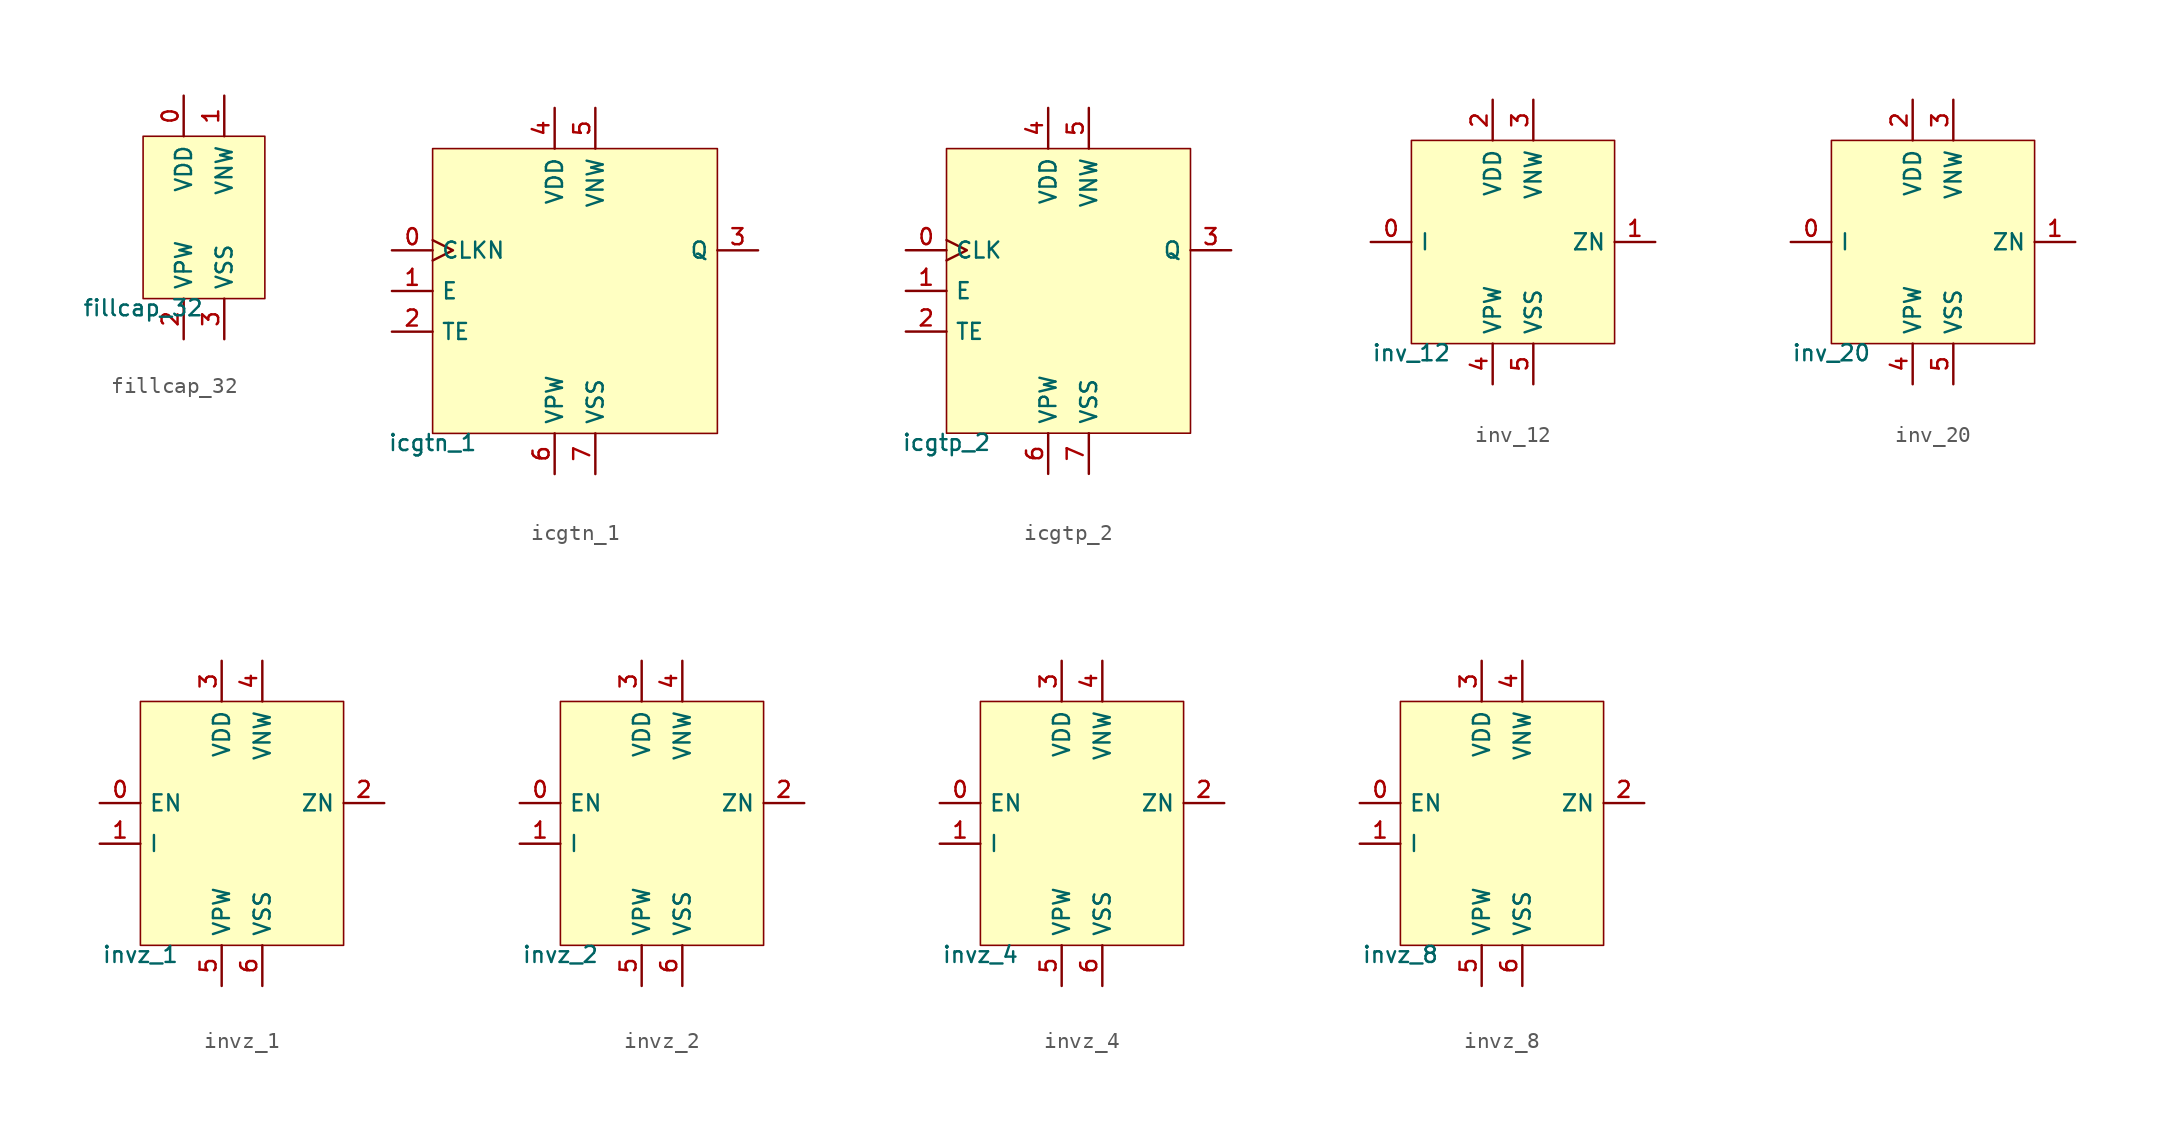
<source format=kicad_sym>
(kicad_symbol_lib
  (version 20211014)
  (generator pdk2kicad)
  (symbol "fillcap_32"
    (property "Reference" "X"
      (at 0 0 0)
      (effects (font (size 1 1)) hide))
    (property "Value" "fillcap_32"
      (at -3.81 -5.08 0)
      (effects (font (size 1 1)) (justify top)))
    (rectangle
      (start -3.81 -5.08)
      (end 3.81 5.08)
      (stroke (width 0.1) (type solid) (color 0 0 0 0))
      (fill (type background)))
    (pin power_in line
      (at -1.27 7.62 270)
      (length 2.54)
      (name "VDD" (effects (font (size 1 1)) hide))
      (number "0" (effects (font (size 1 1)) hide)))
    (pin power_in line
      (at 1.27 7.62 270)
      (length 2.54)
      (name "VNW" (effects (font (size 1 1)) hide))
      (number "1" (effects (font (size 1 1)) hide)))
    (pin power_in line
      (at -1.27 -7.62 90)
      (length 2.54)
      (name "VPW" (effects (font (size 1 1)) hide))
      (number "2" (effects (font (size 1 1)) hide)))
    (pin power_in line
      (at 1.27 -7.62 90)
      (length 2.54)
      (name "VSS" (effects (font (size 1 1)) hide))
      (number "3" (effects (font (size 1 1)) hide))))
  (symbol "icgtn_1"
    (property "Reference" "X"
      (at 0 0 0)
      (effects (font (size 1 1)) hide))
    (property "Value" "icgtn_1"
      (at -8.89 -8.89 0)
      (effects (font (size 1 1)) (justify top)))
    (rectangle
      (start -8.89 -8.89)
      (end 8.89 8.89)
      (stroke (width 0.1) (type solid) (color 0 0 0 0))
      (fill (type background)))
    (pin input clock
      (at -11.43 2.54 0)
      (length 2.54)
      (name "CLKN" (effects (font (size 1 1)) hide))
      (number "0" (effects (font (size 1 1)) hide)))
    (pin input line
      (at -11.43 4.440892098500626e-16 0)
      (length 2.54)
      (name "E" (effects (font (size 1 1)) hide))
      (number "1" (effects (font (size 1 1)) hide)))
    (pin input line
      (at -11.43 -2.54 0)
      (length 2.54)
      (name "TE" (effects (font (size 1 1)) hide))
      (number "2" (effects (font (size 1 1)) hide)))
    (pin output line
      (at 11.43 2.54 180)
      (length 2.54)
      (name "Q" (effects (font (size 1 1)) hide))
      (number "3" (effects (font (size 1 1)) hide)))
    (pin power_in line
      (at -1.27 11.43 270)
      (length 2.54)
      (name "VDD" (effects (font (size 1 1)) hide))
      (number "4" (effects (font (size 1 1)) hide)))
    (pin power_in line
      (at 1.27 11.43 270)
      (length 2.54)
      (name "VNW" (effects (font (size 1 1)) hide))
      (number "5" (effects (font (size 1 1)) hide)))
    (pin power_in line
      (at -1.27 -11.43 90)
      (length 2.54)
      (name "VPW" (effects (font (size 1 1)) hide))
      (number "6" (effects (font (size 1 1)) hide)))
    (pin power_in line
      (at 1.27 -11.43 90)
      (length 2.54)
      (name "VSS" (effects (font (size 1 1)) hide))
      (number "7" (effects (font (size 1 1)) hide))))
  (symbol "icgtp_2"
    (property "Reference" "X"
      (at 0 0 0)
      (effects (font (size 1 1)) hide))
    (property "Value" "icgtp_2"
      (at -7.62 -8.89 0)
      (effects (font (size 1 1)) (justify top)))
    (rectangle
      (start -7.62 -8.89)
      (end 7.62 8.89)
      (stroke (width 0.1) (type solid) (color 0 0 0 0))
      (fill (type background)))
    (pin input clock
      (at -10.16 2.54 0)
      (length 2.54)
      (name "CLK" (effects (font (size 1 1)) hide))
      (number "0" (effects (font (size 1 1)) hide)))
    (pin input line
      (at -10.16 4.440892098500626e-16 0)
      (length 2.54)
      (name "E" (effects (font (size 1 1)) hide))
      (number "1" (effects (font (size 1 1)) hide)))
    (pin input line
      (at -10.16 -2.54 0)
      (length 2.54)
      (name "TE" (effects (font (size 1 1)) hide))
      (number "2" (effects (font (size 1 1)) hide)))
    (pin output line
      (at 10.16 2.54 180)
      (length 2.54)
      (name "Q" (effects (font (size 1 1)) hide))
      (number "3" (effects (font (size 1 1)) hide)))
    (pin power_in line
      (at -1.27 11.43 270)
      (length 2.54)
      (name "VDD" (effects (font (size 1 1)) hide))
      (number "4" (effects (font (size 1 1)) hide)))
    (pin power_in line
      (at 1.27 11.43 270)
      (length 2.54)
      (name "VNW" (effects (font (size 1 1)) hide))
      (number "5" (effects (font (size 1 1)) hide)))
    (pin power_in line
      (at -1.27 -11.43 90)
      (length 2.54)
      (name "VPW" (effects (font (size 1 1)) hide))
      (number "6" (effects (font (size 1 1)) hide)))
    (pin power_in line
      (at 1.27 -11.43 90)
      (length 2.54)
      (name "VSS" (effects (font (size 1 1)) hide))
      (number "7" (effects (font (size 1 1)) hide))))
  (symbol "inv_12"
    (property "Reference" "X"
      (at 0 0 0)
      (effects (font (size 1 1)) hide))
    (property "Value" "inv_12"
      (at -6.35 -6.35 0)
      (effects (font (size 1 1)) (justify top)))
    (rectangle
      (start -6.35 -6.35)
      (end 6.35 6.35)
      (stroke (width 0.1) (type solid) (color 0 0 0 0))
      (fill (type background)))
    (pin input line
      (at -8.89 -4.440892098500626e-16 0)
      (length 2.54)
      (name "I" (effects (font (size 1 1)) hide))
      (number "0" (effects (font (size 1 1)) hide)))
    (pin output line
      (at 8.89 -4.440892098500626e-16 180)
      (length 2.54)
      (name "ZN" (effects (font (size 1 1)) hide))
      (number "1" (effects (font (size 1 1)) hide)))
    (pin power_in line
      (at -1.27 8.89 270)
      (length 2.54)
      (name "VDD" (effects (font (size 1 1)) hide))
      (number "2" (effects (font (size 1 1)) hide)))
    (pin power_in line
      (at 1.27 8.89 270)
      (length 2.54)
      (name "VNW" (effects (font (size 1 1)) hide))
      (number "3" (effects (font (size 1 1)) hide)))
    (pin power_in line
      (at -1.27 -8.89 90)
      (length 2.54)
      (name "VPW" (effects (font (size 1 1)) hide))
      (number "4" (effects (font (size 1 1)) hide)))
    (pin power_in line
      (at 1.27 -8.89 90)
      (length 2.54)
      (name "VSS" (effects (font (size 1 1)) hide))
      (number "5" (effects (font (size 1 1)) hide))))
  (symbol "inv_20"
    (property "Reference" "X"
      (at 0 0 0)
      (effects (font (size 1 1)) hide))
    (property "Value" "inv_20"
      (at -6.35 -6.35 0)
      (effects (font (size 1 1)) (justify top)))
    (rectangle
      (start -6.35 -6.35)
      (end 6.35 6.35)
      (stroke (width 0.1) (type solid) (color 0 0 0 0))
      (fill (type background)))
    (pin input line
      (at -8.89 -4.440892098500626e-16 0)
      (length 2.54)
      (name "I" (effects (font (size 1 1)) hide))
      (number "0" (effects (font (size 1 1)) hide)))
    (pin output line
      (at 8.89 -4.440892098500626e-16 180)
      (length 2.54)
      (name "ZN" (effects (font (size 1 1)) hide))
      (number "1" (effects (font (size 1 1)) hide)))
    (pin power_in line
      (at -1.27 8.89 270)
      (length 2.54)
      (name "VDD" (effects (font (size 1 1)) hide))
      (number "2" (effects (font (size 1 1)) hide)))
    (pin power_in line
      (at 1.27 8.89 270)
      (length 2.54)
      (name "VNW" (effects (font (size 1 1)) hide))
      (number "3" (effects (font (size 1 1)) hide)))
    (pin power_in line
      (at -1.27 -8.89 90)
      (length 2.54)
      (name "VPW" (effects (font (size 1 1)) hide))
      (number "4" (effects (font (size 1 1)) hide)))
    (pin power_in line
      (at 1.27 -8.89 90)
      (length 2.54)
      (name "VSS" (effects (font (size 1 1)) hide))
      (number "5" (effects (font (size 1 1)) hide))))
  (symbol "invz_1"
    (property "Reference" "X"
      (at 0 0 0)
      (effects (font (size 1 1)) hide))
    (property "Value" "invz_1"
      (at -6.35 -7.62 0)
      (effects (font (size 1 1)) (justify top)))
    (rectangle
      (start -6.35 -7.62)
      (end 6.35 7.62)
      (stroke (width 0.1) (type solid) (color 0 0 0 0))
      (fill (type background)))
    (pin input line
      (at -8.89 1.27 0)
      (length 2.54)
      (name "EN" (effects (font (size 1 1)) hide))
      (number "0" (effects (font (size 1 1)) hide)))
    (pin input line
      (at -8.89 -1.27 0)
      (length 2.54)
      (name "I" (effects (font (size 1 1)) hide))
      (number "1" (effects (font (size 1 1)) hide)))
    (pin output line
      (at 8.89 1.27 180)
      (length 2.54)
      (name "ZN" (effects (font (size 1 1)) hide))
      (number "2" (effects (font (size 1 1)) hide)))
    (pin power_in line
      (at -1.27 10.16 270)
      (length 2.54)
      (name "VDD" (effects (font (size 1 1)) hide))
      (number "3" (effects (font (size 1 1)) hide)))
    (pin power_in line
      (at 1.27 10.16 270)
      (length 2.54)
      (name "VNW" (effects (font (size 1 1)) hide))
      (number "4" (effects (font (size 1 1)) hide)))
    (pin power_in line
      (at -1.27 -10.16 90)
      (length 2.54)
      (name "VPW" (effects (font (size 1 1)) hide))
      (number "5" (effects (font (size 1 1)) hide)))
    (pin power_in line
      (at 1.27 -10.16 90)
      (length 2.54)
      (name "VSS" (effects (font (size 1 1)) hide))
      (number "6" (effects (font (size 1 1)) hide))))
  (symbol "invz_2"
    (property "Reference" "X"
      (at 0 0 0)
      (effects (font (size 1 1)) hide))
    (property "Value" "invz_2"
      (at -6.35 -7.62 0)
      (effects (font (size 1 1)) (justify top)))
    (rectangle
      (start -6.35 -7.62)
      (end 6.35 7.62)
      (stroke (width 0.1) (type solid) (color 0 0 0 0))
      (fill (type background)))
    (pin input line
      (at -8.89 1.27 0)
      (length 2.54)
      (name "EN" (effects (font (size 1 1)) hide))
      (number "0" (effects (font (size 1 1)) hide)))
    (pin input line
      (at -8.89 -1.27 0)
      (length 2.54)
      (name "I" (effects (font (size 1 1)) hide))
      (number "1" (effects (font (size 1 1)) hide)))
    (pin output line
      (at 8.89 1.27 180)
      (length 2.54)
      (name "ZN" (effects (font (size 1 1)) hide))
      (number "2" (effects (font (size 1 1)) hide)))
    (pin power_in line
      (at -1.27 10.16 270)
      (length 2.54)
      (name "VDD" (effects (font (size 1 1)) hide))
      (number "3" (effects (font (size 1 1)) hide)))
    (pin power_in line
      (at 1.27 10.16 270)
      (length 2.54)
      (name "VNW" (effects (font (size 1 1)) hide))
      (number "4" (effects (font (size 1 1)) hide)))
    (pin power_in line
      (at -1.27 -10.16 90)
      (length 2.54)
      (name "VPW" (effects (font (size 1 1)) hide))
      (number "5" (effects (font (size 1 1)) hide)))
    (pin power_in line
      (at 1.27 -10.16 90)
      (length 2.54)
      (name "VSS" (effects (font (size 1 1)) hide))
      (number "6" (effects (font (size 1 1)) hide))))
  (symbol "invz_4"
    (property "Reference" "X"
      (at 0 0 0)
      (effects (font (size 1 1)) hide))
    (property "Value" "invz_4"
      (at -6.35 -7.62 0)
      (effects (font (size 1 1)) (justify top)))
    (rectangle
      (start -6.35 -7.62)
      (end 6.35 7.62)
      (stroke (width 0.1) (type solid) (color 0 0 0 0))
      (fill (type background)))
    (pin input line
      (at -8.89 1.27 0)
      (length 2.54)
      (name "EN" (effects (font (size 1 1)) hide))
      (number "0" (effects (font (size 1 1)) hide)))
    (pin input line
      (at -8.89 -1.27 0)
      (length 2.54)
      (name "I" (effects (font (size 1 1)) hide))
      (number "1" (effects (font (size 1 1)) hide)))
    (pin output line
      (at 8.89 1.27 180)
      (length 2.54)
      (name "ZN" (effects (font (size 1 1)) hide))
      (number "2" (effects (font (size 1 1)) hide)))
    (pin power_in line
      (at -1.27 10.16 270)
      (length 2.54)
      (name "VDD" (effects (font (size 1 1)) hide))
      (number "3" (effects (font (size 1 1)) hide)))
    (pin power_in line
      (at 1.27 10.16 270)
      (length 2.54)
      (name "VNW" (effects (font (size 1 1)) hide))
      (number "4" (effects (font (size 1 1)) hide)))
    (pin power_in line
      (at -1.27 -10.16 90)
      (length 2.54)
      (name "VPW" (effects (font (size 1 1)) hide))
      (number "5" (effects (font (size 1 1)) hide)))
    (pin power_in line
      (at 1.27 -10.16 90)
      (length 2.54)
      (name "VSS" (effects (font (size 1 1)) hide))
      (number "6" (effects (font (size 1 1)) hide))))
  (symbol "invz_8"
    (property "Reference" "X"
      (at 0 0 0)
      (effects (font (size 1 1)) hide))
    (property "Value" "invz_8"
      (at -6.35 -7.62 0)
      (effects (font (size 1 1)) (justify top)))
    (rectangle
      (start -6.35 -7.62)
      (end 6.35 7.62)
      (stroke (width 0.1) (type solid) (color 0 0 0 0))
      (fill (type background)))
    (pin input line
      (at -8.89 1.27 0)
      (length 2.54)
      (name "EN" (effects (font (size 1 1)) hide))
      (number "0" (effects (font (size 1 1)) hide)))
    (pin input line
      (at -8.89 -1.27 0)
      (length 2.54)
      (name "I" (effects (font (size 1 1)) hide))
      (number "1" (effects (font (size 1 1)) hide)))
    (pin output line
      (at 8.89 1.27 180)
      (length 2.54)
      (name "ZN" (effects (font (size 1 1)) hide))
      (number "2" (effects (font (size 1 1)) hide)))
    (pin power_in line
      (at -1.27 10.16 270)
      (length 2.54)
      (name "VDD" (effects (font (size 1 1)) hide))
      (number "3" (effects (font (size 1 1)) hide)))
    (pin power_in line
      (at 1.27 10.16 270)
      (length 2.54)
      (name "VNW" (effects (font (size 1 1)) hide))
      (number "4" (effects (font (size 1 1)) hide)))
    (pin power_in line
      (at -1.27 -10.16 90)
      (length 2.54)
      (name "VPW" (effects (font (size 1 1)) hide))
      (number "5" (effects (font (size 1 1)) hide)))
    (pin power_in line
      (at 1.27 -10.16 90)
      (length 2.54)
      (name "VSS" (effects (font (size 1 1)) hide))
      (number "6" (effects (font (size 1 1)) hide)))))
</source>
